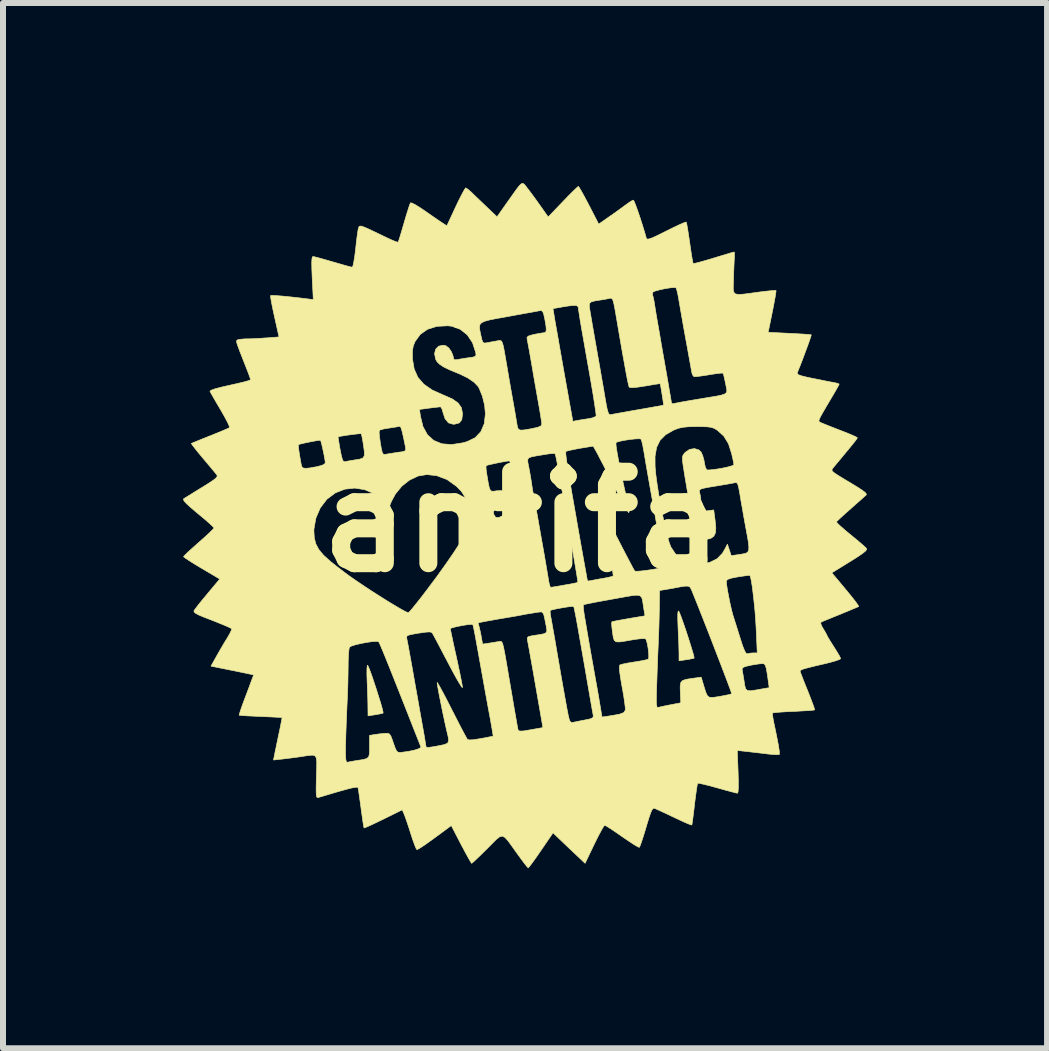
<source format=kicad_pcb>
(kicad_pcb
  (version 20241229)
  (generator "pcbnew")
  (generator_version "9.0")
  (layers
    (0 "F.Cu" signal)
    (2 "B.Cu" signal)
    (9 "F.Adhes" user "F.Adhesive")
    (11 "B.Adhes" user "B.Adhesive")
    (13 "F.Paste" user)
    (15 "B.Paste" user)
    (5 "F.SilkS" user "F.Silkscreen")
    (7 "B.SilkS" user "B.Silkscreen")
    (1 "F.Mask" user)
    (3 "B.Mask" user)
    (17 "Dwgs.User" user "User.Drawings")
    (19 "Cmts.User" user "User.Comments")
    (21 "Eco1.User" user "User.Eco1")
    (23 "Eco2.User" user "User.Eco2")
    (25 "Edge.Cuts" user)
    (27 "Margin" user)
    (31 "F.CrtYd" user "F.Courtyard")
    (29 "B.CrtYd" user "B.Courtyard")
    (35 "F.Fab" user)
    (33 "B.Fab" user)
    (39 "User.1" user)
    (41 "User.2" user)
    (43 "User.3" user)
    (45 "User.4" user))
  (footprint "antifa"
    (layer "F.Cu")
    (at 5.646 5.643)
    (property "Reference" "antifa" (at 0 0 0) (layer "F.SilkS") (effects (font (size 1.524 1.524) (thickness 0.3))))
    (attr through_hole)
    (fp_poly (pts (xy -2.56 2.411) (xy -2.535 2.473) (xy -2.502 2.563) (xy -2.465 2.673) (xy -2.425 2.793) (xy -2.388 2.912) (xy -2.354 3.02) (xy -2.329 3.109) (xy -2.315 3.167) (xy -2.314 3.186) (xy -2.343 3.195) (xy -2.405 3.207) (xy -2.445 3.214) (xy -2.565 3.232) (xy -2.567 3.057) (xy -2.569 2.95) (xy -2.574 2.815) (xy -2.579 2.678) (xy -2.581 2.635) (xy -2.584 2.53) (xy -2.583 2.447) (xy -2.578 2.398) (xy -2.573 2.388) (xy -2.56 2.411)) (stroke (width 0.01) (type solid)) (fill yes) (layer "F.SilkS"))
    (fp_poly (pts (xy 2.625 1.517) (xy 2.651 1.584) (xy 2.685 1.679) (xy 2.724 1.791) (xy 2.763 1.91) (xy 2.8 2.027) (xy 2.832 2.131) (xy 2.856 2.212) (xy 2.867 2.261) (xy 2.867 2.271) (xy 2.838 2.279) (xy 2.777 2.291) (xy 2.737 2.297) (xy 2.616 2.315) (xy 2.616 2.192) (xy 2.614 2.117) (xy 2.611 2.007) (xy 2.605 1.878) (xy 2.6 1.765) (xy 2.595 1.624) (xy 2.595 1.531) (xy 2.602 1.487) (xy 2.61 1.486) (xy 2.625 1.517)) (stroke (width 0.01) (type solid)) (fill yes) (layer "F.SilkS"))
    (fp_poly (pts (xy 0.038 -5.623) (xy 0.064 -5.592) (xy 0.082 -5.568) (xy 0.131 -5.504) (xy 0.198 -5.414) (xy 0.27 -5.314) (xy 0.297 -5.276) (xy 0.436 -5.079) (xy 0.68 -5.333) (xy 0.769 -5.426) (xy 0.846 -5.503) (xy 0.904 -5.559) (xy 0.935 -5.586) (xy 0.939 -5.588) (xy 0.955 -5.567) (xy 0.99 -5.508) (xy 1.038 -5.421) (xy 1.096 -5.312) (xy 1.116 -5.274) (xy 1.278 -4.96) (xy 1.445 -5.077) (xy 1.544 -5.146) (xy 1.642 -5.217) (xy 1.721 -5.275) (xy 1.723 -5.276) (xy 1.788 -5.323) (xy 1.837 -5.353) (xy 1.854 -5.359) (xy 1.869 -5.337) (xy 1.894 -5.274) (xy 1.928 -5.181) (xy 1.967 -5.066) (xy 2.008 -4.938) (xy 2.048 -4.807) (xy 2.072 -4.722) (xy 2.085 -4.71) (xy 2.115 -4.712) (xy 2.17 -4.731) (xy 2.255 -4.77) (xy 2.378 -4.831) (xy 2.404 -4.844) (xy 2.519 -4.901) (xy 2.618 -4.948) (xy 2.692 -4.98) (xy 2.731 -4.994) (xy 2.736 -4.994) (xy 2.744 -4.966) (xy 2.756 -4.897) (xy 2.772 -4.797) (xy 2.79 -4.676) (xy 2.794 -4.648) (xy 2.812 -4.524) (xy 2.828 -4.419) (xy 2.842 -4.343) (xy 2.85 -4.305) (xy 2.851 -4.303) (xy 2.878 -4.306) (xy 2.944 -4.322) (xy 3.041 -4.349) (xy 3.158 -4.383) (xy 3.193 -4.394) (xy 3.315 -4.431) (xy 3.418 -4.462) (xy 3.493 -4.485) (xy 3.532 -4.495) (xy 3.535 -4.496) (xy 3.54 -4.474) (xy 3.539 -4.42) (xy 3.539 -4.413) (xy 3.535 -4.353) (xy 3.531 -4.258) (xy 3.526 -4.141) (xy 3.524 -4.058) (xy 3.52 -3.95) (xy 3.519 -3.873) (xy 3.529 -3.823) (xy 3.557 -3.796) (xy 3.609 -3.787) (xy 3.692 -3.793) (xy 3.815 -3.809) (xy 3.922 -3.824) (xy 4.039 -3.839) (xy 4.137 -3.849) (xy 4.204 -3.855) (xy 4.232 -3.854) (xy 4.232 -3.854) (xy 4.23 -3.827) (xy 4.22 -3.76) (xy 4.202 -3.661) (xy 4.179 -3.541) (xy 4.171 -3.501) (xy 4.101 -3.157) (xy 4.456 -3.14) (xy 4.584 -3.133) (xy 4.693 -3.127) (xy 4.773 -3.121) (xy 4.815 -3.116) (xy 4.819 -3.115) (xy 4.813 -3.09) (xy 4.792 -3.028) (xy 4.761 -2.94) (xy 4.722 -2.835) (xy 4.681 -2.724) (xy 4.64 -2.618) (xy 4.603 -2.526) (xy 4.587 -2.486) (xy 4.586 -2.466) (xy 4.608 -2.449) (xy 4.66 -2.431) (xy 4.749 -2.409) (xy 4.831 -2.392) (xy 4.952 -2.368) (xy 5.064 -2.345) (xy 5.153 -2.328) (xy 5.188 -2.322) (xy 5.249 -2.309) (xy 5.282 -2.296) (xy 5.283 -2.293) (xy 5.271 -2.267) (xy 5.238 -2.208) (xy 5.191 -2.126) (xy 5.16 -2.074) (xy 5.077 -1.934) (xy 5.017 -1.831) (xy 4.977 -1.76) (xy 4.954 -1.713) (xy 4.946 -1.685) (xy 4.95 -1.67) (xy 4.962 -1.661) (xy 4.973 -1.655) (xy 5.013 -1.638) (xy 5.09 -1.607) (xy 5.191 -1.567) (xy 5.302 -1.524) (xy 5.413 -1.481) (xy 5.503 -1.443) (xy 5.564 -1.415) (xy 5.587 -1.4) (xy 5.587 -1.4) (xy 5.579 -1.385) (xy 5.553 -1.349) (xy 5.506 -1.29) (xy 5.435 -1.203) (xy 5.338 -1.086) (xy 5.212 -0.934) (xy 5.183 -0.9) (xy 5.167 -0.878) (xy 5.163 -0.858) (xy 5.178 -0.836) (xy 5.217 -0.805) (xy 5.286 -0.761) (xy 5.389 -0.698) (xy 5.451 -0.662) (xy 5.578 -0.585) (xy 5.665 -0.528) (xy 5.717 -0.489) (xy 5.737 -0.462) (xy 5.733 -0.447) (xy 5.703 -0.42) (xy 5.643 -0.366) (xy 5.562 -0.295) (xy 5.474 -0.216) (xy 5.384 -0.137) (xy 5.31 -0.069) (xy 5.259 -0.021) (xy 5.238 0.001) (xy 5.254 0.023) (xy 5.302 0.069) (xy 5.375 0.133) (xy 5.466 0.209) (xy 5.47 0.212) (xy 5.565 0.29) (xy 5.648 0.36) (xy 5.708 0.413) (xy 5.737 0.441) (xy 5.742 0.46) (xy 5.723 0.486) (xy 5.676 0.525) (xy 5.597 0.579) (xy 5.479 0.654) (xy 5.464 0.663) (xy 5.161 0.85) (xy 5.267 0.975) (xy 5.38 1.111) (xy 5.475 1.226) (xy 5.547 1.317) (xy 5.593 1.38) (xy 5.609 1.408) (xy 5.609 1.41) (xy 5.584 1.422) (xy 5.52 1.449) (xy 5.429 1.487) (xy 5.318 1.533) (xy 5.309 1.537) (xy 5.194 1.583) (xy 5.095 1.624) (xy 5.023 1.653) (xy 4.987 1.668) (xy 4.986 1.668) (xy 4.975 1.693) (xy 4.999 1.748) (xy 5.018 1.78) (xy 5.055 1.841) (xy 5.077 1.883) (xy 5.08 1.891) (xy 5.093 1.917) (xy 5.127 1.974) (xy 5.176 2.052) (xy 5.194 2.08) (xy 5.247 2.164) (xy 5.287 2.232) (xy 5.307 2.274) (xy 5.309 2.279) (xy 5.286 2.294) (xy 5.223 2.316) (xy 5.132 2.342) (xy 5.061 2.36) (xy 4.904 2.396) (xy 4.791 2.424) (xy 4.714 2.444) (xy 4.666 2.46) (xy 4.642 2.473) (xy 4.634 2.486) (xy 4.636 2.501) (xy 4.639 2.509) (xy 4.654 2.549) (xy 4.683 2.625) (xy 4.723 2.726) (xy 4.769 2.839) (xy 4.812 2.95) (xy 4.847 3.042) (xy 4.869 3.106) (xy 4.874 3.134) (xy 4.874 3.134) (xy 4.847 3.138) (xy 4.778 3.144) (xy 4.677 3.15) (xy 4.555 3.157) (xy 4.524 3.158) (xy 4.398 3.164) (xy 4.292 3.171) (xy 4.214 3.178) (xy 4.176 3.183) (xy 4.173 3.184) (xy 4.173 3.212) (xy 4.182 3.277) (xy 4.199 3.365) (xy 4.203 3.382) (xy 4.243 3.575) (xy 4.271 3.721) (xy 4.286 3.818) (xy 4.288 3.869) (xy 4.286 3.876) (xy 4.256 3.879) (xy 4.189 3.876) (xy 4.097 3.868) (xy 4.061 3.863) (xy 3.941 3.849) (xy 3.822 3.835) (xy 3.727 3.824) (xy 3.717 3.823) (xy 3.586 3.809) (xy 3.6 4.165) (xy 3.604 4.309) (xy 3.604 4.42) (xy 3.6 4.493) (xy 3.591 4.521) (xy 3.59 4.521) (xy 3.558 4.515) (xy 3.487 4.496) (xy 3.388 4.47) (xy 3.269 4.436) (xy 3.253 4.432) (xy 3.134 4.399) (xy 3.034 4.374) (xy 2.962 4.358) (xy 2.928 4.354) (xy 2.927 4.355) (xy 2.919 4.383) (xy 2.908 4.453) (xy 2.894 4.553) (xy 2.878 4.675) (xy 2.875 4.705) (xy 2.86 4.829) (xy 2.847 4.935) (xy 2.836 5.011) (xy 2.83 5.049) (xy 2.829 5.051) (xy 2.805 5.045) (xy 2.747 5.022) (xy 2.666 4.986) (xy 2.65 4.978) (xy 2.509 4.912) (xy 2.374 4.848) (xy 2.258 4.795) (xy 2.207 4.772) (xy 2.188 4.772) (xy 2.169 4.793) (xy 2.146 4.841) (xy 2.117 4.924) (xy 2.079 5.048) (xy 2.069 5.083) (xy 2.032 5.205) (xy 1.999 5.308) (xy 1.973 5.383) (xy 1.957 5.421) (xy 1.955 5.423) (xy 1.929 5.414) (xy 1.87 5.379) (xy 1.787 5.325) (xy 1.687 5.257) (xy 1.668 5.244) (xy 1.566 5.173) (xy 1.478 5.114) (xy 1.413 5.073) (xy 1.379 5.055) (xy 1.377 5.055) (xy 1.359 5.076) (xy 1.324 5.136) (xy 1.276 5.225) (xy 1.221 5.335) (xy 1.203 5.372) (xy 1.051 5.689) (xy 0.868 5.516) (xy 0.778 5.431) (xy 0.692 5.349) (xy 0.623 5.283) (xy 0.601 5.262) (xy 0.517 5.181) (xy 0.317 5.473) (xy 0.244 5.579) (xy 0.181 5.667) (xy 0.133 5.731) (xy 0.106 5.763) (xy 0.103 5.765) (xy 0.084 5.745) (xy 0.041 5.692) (xy -0.017 5.614) (xy -0.076 5.533) (xy -0.167 5.405) (xy -0.234 5.313) (xy -0.284 5.258) (xy -0.328 5.236) (xy -0.372 5.247) (xy -0.426 5.289) (xy -0.498 5.361) (xy -0.579 5.443) (xy -0.67 5.533) (xy -0.748 5.608) (xy -0.805 5.662) (xy -0.836 5.688) (xy -0.839 5.69) (xy -0.854 5.668) (xy -0.888 5.61) (xy -0.936 5.523) (xy -0.994 5.414) (xy -1.015 5.375) (xy -1.178 5.06) (xy -1.37 5.202) (xy -1.517 5.309) (xy -1.626 5.387) (xy -1.701 5.436) (xy -1.743 5.459) (xy -1.752 5.461) (xy -1.766 5.438) (xy -1.791 5.377) (xy -1.823 5.287) (xy -1.851 5.201) (xy -1.888 5.085) (xy -1.923 4.981) (xy -1.951 4.902) (xy -1.964 4.869) (xy -1.995 4.798) (xy -2.309 4.953) (xy -2.423 5.008) (xy -2.52 5.054) (xy -2.591 5.085) (xy -2.628 5.099) (xy -2.631 5.099) (xy -2.638 5.072) (xy -2.649 5.004) (xy -2.663 4.906) (xy -2.68 4.787) (xy -2.681 4.774) (xy -2.698 4.651) (xy -2.713 4.546) (xy -2.724 4.468) (xy -2.731 4.43) (xy -2.731 4.429) (xy -2.744 4.421) (xy -2.778 4.423) (xy -2.838 4.434) (xy -2.928 4.457) (xy -3.054 4.492) (xy -3.22 4.541) (xy -3.387 4.591) (xy -3.406 4.594) (xy -3.419 4.584) (xy -3.426 4.555) (xy -3.429 4.499) (xy -3.429 4.408) (xy -3.426 4.276) (xy -3.425 4.246) (xy -3.42 4.1) (xy -3.419 3.998) (xy -3.427 3.933) (xy -3.449 3.898) (xy -3.49 3.887) (xy -3.557 3.892) (xy -3.653 3.907) (xy -3.683 3.912) (xy -3.8 3.928) (xy -3.924 3.944) (xy -3.994 3.952) (xy -4.14 3.968) (xy -4.123 3.883) (xy -4.111 3.822) (xy -4.11 3.82) (xy -2.941 3.82) (xy -2.939 3.899) (xy -2.936 3.953) (xy -2.929 3.986) (xy -2.92 4.002) (xy -2.908 4.005) (xy -2.904 4.005) (xy -2.85 3.993) (xy -2.773 3.98) (xy -2.743 3.975) (xy -2.643 3.96) (xy -2.583 3.942) (xy -2.552 3.911) (xy -2.541 3.854) (xy -2.54 3.761) (xy -2.54 3.746) (xy -2.54 3.558) (xy -2.457 3.544) (xy -2.37 3.532) (xy -2.287 3.524) (xy -2.239 3.523) (xy -2.209 3.534) (xy -2.185 3.568) (xy -2.159 3.636) (xy -2.143 3.683) (xy -2.112 3.77) (xy -2.088 3.819) (xy -2.062 3.839) (xy -2.026 3.842) (xy -2.015 3.841) (xy -1.902 3.826) (xy -1.802 3.806) (xy -1.728 3.783) (xy -1.688 3.762) (xy -1.684 3.751) (xy -1.697 3.718) (xy -1.725 3.647) (xy -1.765 3.546) (xy -1.813 3.425) (xy -1.841 3.353) (xy -1.958 3.056) (xy -2.058 2.803) (xy -2.142 2.592) (xy -2.211 2.418) (xy -2.267 2.279) (xy -2.311 2.172) (xy -2.344 2.093) (xy -2.367 2.04) (xy -2.382 2.008) (xy -2.389 1.997) (xy -2.423 1.991) (xy -2.492 1.995) (xy -2.582 2.008) (xy -2.679 2.026) (xy -2.769 2.047) (xy -2.839 2.069) (xy -2.874 2.088) (xy -2.875 2.089) (xy -2.883 2.127) (xy -2.89 2.203) (xy -2.895 2.305) (xy -2.896 2.388) (xy -2.898 2.535) (xy -2.901 2.699) (xy -2.906 2.849) (xy -2.908 2.896) (xy -2.92 3.165) (xy -2.929 3.388) (xy -2.935 3.568) (xy -2.939 3.711) (xy -2.941 3.82) (xy -4.11 3.82) (xy -4.091 3.726) (xy -4.067 3.611) (xy -4.05 3.531) (xy -4.027 3.422) (xy -4.01 3.334) (xy -3.999 3.277) (xy -3.997 3.261) (xy -4.022 3.259) (xy -4.089 3.255) (xy -4.188 3.25) (xy -4.31 3.245) (xy -4.352 3.243) (xy -4.48 3.237) (xy -4.589 3.232) (xy -4.668 3.226) (xy -4.709 3.222) (xy -4.712 3.221) (xy -4.706 3.196) (xy -4.686 3.132) (xy -4.653 3.038) (xy -4.61 2.923) (xy -4.595 2.883) (xy -4.55 2.764) (xy -4.513 2.663) (xy -4.485 2.59) (xy -4.472 2.553) (xy -4.471 2.55) (xy -4.494 2.545) (xy -4.558 2.531) (xy -4.655 2.511) (xy -4.775 2.486) (xy -4.826 2.476) (xy -5.181 2.404) (xy -5.088 2.237) (xy -5.027 2.13) (xy -4.961 2.017) (xy -4.91 1.935) (xy -4.904 1.925) (xy -1.923 1.925) (xy -1.919 1.945) (xy -1.911 1.986) (xy -1.895 2.068) (xy -1.874 2.185) (xy -1.848 2.328) (xy -1.819 2.49) (xy -1.803 2.582) (xy -1.77 2.768) (xy -1.736 2.957) (xy -1.705 3.135) (xy -1.677 3.292) (xy -1.655 3.414) (xy -1.65 3.442) (xy -1.63 3.556) (xy -1.614 3.651) (xy -1.604 3.716) (xy -1.6 3.74) (xy -1.594 3.753) (xy -1.569 3.758) (xy -1.517 3.753) (xy -1.428 3.738) (xy -1.381 3.729) (xy -1.289 3.71) (xy -1.239 3.687) (xy -1.222 3.647) (xy -1.231 3.577) (xy -1.245 3.518) (xy -1.266 3.428) (xy -1.291 3.314) (xy -1.318 3.187) (xy -1.345 3.056) (xy -1.37 2.931) (xy -1.391 2.821) (xy -1.406 2.736) (xy -1.413 2.685) (xy -1.413 2.675) (xy -1.4 2.694) (xy -1.367 2.751) (xy -1.318 2.841) (xy -1.257 2.957) (xy -1.188 3.092) (xy -1.169 3.13) (xy -1.096 3.272) (xy -1.031 3.399) (xy -0.976 3.504) (xy -0.935 3.579) (xy -0.913 3.619) (xy -0.911 3.622) (xy -0.881 3.633) (xy -0.815 3.631) (xy -0.707 3.614) (xy -0.685 3.61) (xy -0.48 3.571) (xy -0.496 3.468) (xy -0.51 3.389) (xy -0.528 3.284) (xy -0.546 3.188) (xy -0.563 3.097) (xy -0.586 2.971) (xy -0.613 2.824) (xy -0.64 2.672) (xy -0.648 2.629) (xy -0.692 2.382) (xy -0.728 2.182) (xy -0.757 2.023) (xy -0.779 1.902) (xy -0.796 1.814) (xy -0.808 1.755) (xy -0.817 1.722) (xy -0.821 1.71) (xy -0.851 1.708) (xy -0.913 1.714) (xy -0.993 1.727) (xy -1.076 1.743) (xy -1.145 1.76) (xy -1.188 1.774) (xy -1.194 1.78) (xy -1.189 1.81) (xy -1.174 1.881) (xy -1.152 1.986) (xy -1.124 2.115) (xy -1.092 2.257) (xy -1.06 2.406) (xy -1.032 2.539) (xy -1.01 2.649) (xy -0.996 2.726) (xy -0.991 2.761) (xy -1.003 2.754) (xy -1.033 2.707) (xy -1.081 2.627) (xy -1.141 2.519) (xy -1.21 2.389) (xy -1.231 2.349) (xy -1.305 2.209) (xy -1.371 2.082) (xy -1.427 1.976) (xy -1.468 1.9) (xy -1.49 1.86) (xy -1.492 1.857) (xy -1.51 1.84) (xy -1.543 1.834) (xy -1.604 1.838) (xy -1.702 1.852) (xy -1.724 1.855) (xy -1.826 1.873) (xy -1.887 1.887) (xy -1.916 1.903) (xy -1.923 1.925) (xy -4.904 1.925) (xy -4.868 1.862) (xy -4.841 1.806) (xy -4.837 1.781) (xy -4.864 1.765) (xy -4.93 1.735) (xy -5.024 1.696) (xy -5.059 1.682) (xy -0.731 1.682) (xy -0.711 1.762) (xy -0.692 1.843) (xy -0.675 1.933) (xy -0.674 1.939) (xy -0.657 2.037) (xy -0.542 2.02) (xy -0.461 2.007) (xy -0.395 1.996) (xy -0.38 1.994) (xy -0.361 1.991) (xy -0.345 1.994) (xy -0.332 2.009) (xy -0.319 2.043) (xy -0.305 2.101) (xy -0.287 2.19) (xy -0.265 2.315) (xy -0.236 2.483) (xy -0.229 2.527) (xy -0.188 2.766) (xy -0.155 2.96) (xy -0.129 3.113) (xy -0.108 3.231) (xy -0.093 3.319) (xy -0.082 3.381) (xy -0.074 3.423) (xy -0.069 3.449) (xy -0.065 3.464) (xy -0.064 3.471) (xy -0.038 3.486) (xy 0.025 3.484) (xy 0.068 3.477) (xy 0.16 3.461) (xy 0.245 3.446) (xy 0.269 3.442) (xy 0.348 3.428) (xy 0.29 3.092) (xy 0.247 2.847) (xy 0.208 2.622) (xy 0.173 2.422) (xy 0.142 2.251) (xy 0.118 2.115) (xy 0.1 2.019) (xy 0.09 1.967) (xy 0.089 1.965) (xy 0.088 1.931) (xy 0.11 1.911) (xy 0.168 1.898) (xy 0.197 1.893) (xy 0.305 1.877) (xy 0.372 1.863) (xy 0.405 1.843) (xy 0.414 1.811) (xy 0.407 1.761) (xy 0.402 1.732) (xy 0.38 1.621) (xy 0.364 1.551) (xy 0.347 1.514) (xy 0.332 1.505) (xy 0.469 1.505) (xy 0.477 1.566) (xy 0.483 1.601) (xy 0.495 1.666) (xy 0.513 1.769) (xy 0.536 1.898) (xy 0.561 2.042) (xy 0.572 2.108) (xy 0.612 2.339) (xy 0.646 2.539) (xy 0.679 2.725) (xy 0.713 2.915) (xy 0.75 3.118) (xy 0.771 3.227) (xy 0.788 3.295) (xy 0.805 3.331) (xy 0.824 3.343) (xy 0.848 3.341) (xy 0.902 3.33) (xy 0.985 3.313) (xy 1.049 3.301) (xy 1.131 3.284) (xy 1.174 3.267) (xy 1.188 3.244) (xy 1.184 3.206) (xy 1.183 3.205) (xy 1.174 3.158) (xy 1.159 3.071) (xy 1.138 2.953) (xy 1.114 2.814) (xy 1.093 2.692) (xy 1.041 2.39) (xy 0.996 2.134) (xy 0.959 1.923) (xy 0.929 1.752) (xy 0.905 1.62) (xy 0.886 1.522) (xy 0.873 1.457) (xy 0.864 1.42) (xy 0.86 1.411) (xy 1.021 1.411) (xy 1.027 1.475) (xy 1.038 1.554) (xy 1.055 1.651) (xy 1.076 1.777) (xy 1.101 1.923) (xy 1.128 2.078) (xy 1.155 2.233) (xy 1.181 2.377) (xy 1.203 2.502) (xy 1.22 2.597) (xy 1.23 2.652) (xy 1.23 2.654) (xy 1.241 2.712) (xy 1.257 2.804) (xy 1.277 2.917) (xy 1.289 2.991) (xy 1.333 3.252) (xy 1.436 3.237) (xy 1.529 3.222) (xy 1.619 3.205) (xy 1.626 3.204) (xy 1.695 3.178) (xy 1.722 3.135) (xy 1.72 3.092) (xy 1.71 3.01) (xy 1.709 3.004) (xy 2.238 3.004) (xy 2.242 3.056) (xy 2.249 3.083) (xy 2.26 3.092) (xy 2.276 3.09) (xy 2.277 3.09) (xy 2.326 3.078) (xy 2.406 3.061) (xy 2.484 3.046) (xy 2.645 3.015) (xy 2.637 2.838) (xy 2.635 2.743) (xy 2.643 2.682) (xy 2.672 2.646) (xy 2.73 2.625) (xy 2.828 2.609) (xy 2.858 2.605) (xy 2.985 2.588) (xy 3.029 2.735) (xy 3.06 2.835) (xy 3.087 2.895) (xy 3.123 2.923) (xy 3.179 2.926) (xy 3.268 2.913) (xy 3.297 2.908) (xy 3.388 2.891) (xy 3.457 2.876) (xy 3.492 2.866) (xy 3.493 2.865) (xy 3.486 2.841) (xy 3.463 2.776) (xy 3.426 2.676) (xy 3.377 2.547) (xy 3.341 2.452) (xy 3.667 2.452) (xy 3.669 2.474) (xy 3.68 2.534) (xy 3.693 2.614) (xy 3.696 2.629) (xy 3.71 2.724) (xy 3.726 2.782) (xy 3.755 2.81) (xy 3.806 2.815) (xy 3.89 2.803) (xy 3.956 2.791) (xy 4.118 2.763) (xy 4.105 2.67) (xy 4.087 2.542) (xy 4.072 2.455) (xy 4.058 2.402) (xy 4.043 2.374) (xy 4.023 2.364) (xy 4.001 2.362) (xy 3.946 2.367) (xy 3.862 2.38) (xy 3.802 2.391) (xy 3.721 2.41) (xy 3.679 2.428) (xy 3.667 2.452) (xy 3.341 2.452) (xy 3.32 2.397) (xy 3.256 2.231) (xy 3.188 2.055) (xy 3.119 1.877) (xy 3.05 1.701) (xy 2.985 1.536) (xy 2.926 1.386) (xy 2.874 1.258) (xy 2.834 1.158) (xy 2.819 1.124) (xy 2.8 1.089) (xy 2.77 1.072) (xy 2.718 1.071) (xy 2.633 1.084) (xy 2.598 1.091) (xy 2.502 1.109) (xy 2.409 1.125) (xy 2.384 1.129) (xy 2.292 1.144) (xy 2.288 1.442) (xy 2.285 1.588) (xy 2.281 1.743) (xy 2.276 1.883) (xy 2.273 1.956) (xy 2.269 2.054) (xy 2.263 2.19) (xy 2.257 2.349) (xy 2.251 2.518) (xy 2.247 2.638) (xy 2.241 2.802) (xy 2.238 2.922) (xy 2.238 3.004) (xy 1.709 3.004) (xy 1.694 2.9) (xy 1.672 2.773) (xy 1.666 2.743) (xy 1.64 2.591) (xy 1.625 2.484) (xy 1.622 2.417) (xy 1.629 2.386) (xy 1.632 2.384) (xy 1.669 2.372) (xy 1.743 2.356) (xy 1.839 2.34) (xy 1.87 2.335) (xy 1.969 2.319) (xy 2.05 2.303) (xy 2.098 2.291) (xy 2.104 2.289) (xy 2.112 2.258) (xy 2.111 2.195) (xy 2.102 2.115) (xy 2.089 2.036) (xy 2.072 1.974) (xy 2.059 1.949) (xy 2.028 1.945) (xy 1.959 1.949) (xy 1.866 1.961) (xy 1.827 1.968) (xy 1.702 1.99) (xy 1.619 2.001) (xy 1.567 1.998) (xy 1.538 1.976) (xy 1.522 1.933) (xy 1.511 1.864) (xy 1.508 1.84) (xy 1.497 1.755) (xy 1.493 1.692) (xy 1.497 1.665) (xy 1.526 1.658) (xy 1.595 1.644) (xy 1.692 1.627) (xy 1.78 1.611) (xy 2.049 1.566) (xy 2.027 1.437) (xy 2.015 1.355) (xy 2.005 1.295) (xy 1.99 1.254) (xy 1.963 1.23) (xy 1.917 1.222) (xy 1.845 1.228) (xy 1.741 1.245) (xy 1.596 1.271) (xy 1.508 1.287) (xy 1.359 1.314) (xy 1.228 1.338) (xy 1.123 1.359) (xy 1.052 1.374) (xy 1.023 1.382) (xy 1.023 1.382) (xy 1.021 1.411) (xy 0.86 1.411) (xy 0.86 1.41) (xy 0.832 1.409) (xy 0.769 1.416) (xy 0.688 1.429) (xy 0.602 1.444) (xy 0.527 1.46) (xy 0.479 1.473) (xy 0.47 1.477) (xy 0.469 1.505) (xy 0.332 1.505) (xy 0.323 1.501) (xy 0.285 1.503) (xy 0.238 1.51) (xy 0.154 1.524) (xy 0.084 1.535) (xy 0.068 1.538) (xy -0.012 1.553) (xy -0.119 1.573) (xy -0.233 1.592) (xy -0.331 1.609) (xy -0.356 1.613) (xy -0.433 1.626) (xy -0.531 1.644) (xy -0.588 1.654) (xy -0.731 1.682) (xy -5.059 1.682) (xy -5.139 1.65) (xy -5.167 1.639) (xy -5.297 1.589) (xy -5.385 1.552) (xy -5.438 1.524) (xy -5.462 1.502) (xy -5.465 1.483) (xy -5.462 1.477) (xy -5.437 1.442) (xy -5.387 1.377) (xy -5.318 1.292) (xy -5.238 1.196) (xy -5.237 1.194) (xy -5.035 0.953) (xy -5.336 0.775) (xy -5.446 0.709) (xy -5.537 0.652) (xy -5.604 0.608) (xy -5.636 0.584) (xy -5.638 0.581) (xy -5.62 0.559) (xy -5.571 0.51) (xy -5.497 0.443) (xy -5.406 0.362) (xy -5.385 0.343) (xy -5.291 0.26) (xy -5.213 0.188) (xy -5.176 0.152) (xy -3.467 0.152) (xy -3.46 0.269) (xy -3.434 0.369) (xy -3.385 0.461) (xy -3.307 0.555) (xy -3.193 0.658) (xy -3.086 0.743) (xy -3.052 0.769) (xy -2.994 0.814) (xy -2.959 0.841) (xy -2.872 0.905) (xy -2.761 0.982) (xy -2.635 1.067) (xy -2.5 1.156) (xy -2.363 1.243) (xy -2.232 1.326) (xy -2.112 1.398) (xy -2.012 1.457) (xy -1.938 1.497) (xy -1.897 1.514) (xy -1.892 1.514) (xy -1.87 1.493) (xy -1.822 1.437) (xy -1.754 1.353) (xy -1.672 1.249) (xy -1.585 1.135) (xy -1.422 0.917) (xy -1.275 0.712) (xy -1.147 0.527) (xy -1.041 0.365) (xy -0.961 0.233) (xy -0.909 0.134) (xy -0.909 0.133) (xy -0.862 -0.031) (xy -0.864 -0.197) (xy -0.914 -0.357) (xy -1.009 -0.506) (xy -1.089 -0.589) (xy -1.249 -0.704) (xy -1.421 -0.769) (xy -1.586 -0.787) (xy -1.73 -0.763) (xy -1.872 -0.696) (xy -2.002 -0.594) (xy -2.109 -0.463) (xy -2.173 -0.345) (xy -2.211 -0.253) (xy -2.31 -0.352) (xy -2.457 -0.465) (xy -2.618 -0.535) (xy -2.785 -0.562) (xy -2.951 -0.544) (xy -3.109 -0.482) (xy -3.249 -0.377) (xy -3.253 -0.373) (xy -3.361 -0.231) (xy -3.434 -0.062) (xy -3.466 0.119) (xy -3.467 0.152) (xy -5.176 0.152) (xy -5.157 0.134) (xy -5.132 0.105) (xy -5.131 0.102) (xy -5.149 0.08) (xy -5.2 0.032) (xy -5.276 -0.035) (xy -5.371 -0.114) (xy -5.401 -0.139) (xy -5.513 -0.234) (xy -5.588 -0.302) (xy -5.63 -0.348) (xy -5.641 -0.376) (xy -5.636 -0.384) (xy -5.601 -0.406) (xy -5.533 -0.448) (xy -5.442 -0.505) (xy -5.335 -0.571) (xy -5.327 -0.575) (xy -5.214 -0.646) (xy -5.138 -0.697) (xy -5.095 -0.732) (xy -5.078 -0.758) (xy -5.081 -0.778) (xy -5.085 -0.784) (xy -5.114 -0.819) (xy -5.167 -0.884) (xy -5.238 -0.968) (xy -5.317 -1.062) (xy -5.393 -1.153) (xy -5.454 -1.23) (xy -5.494 -1.283) (xy -5.495 -1.284) (xy -3.727 -1.284) (xy -3.726 -1.259) (xy -3.719 -1.199) (xy -3.707 -1.12) (xy -3.693 -1.037) (xy -3.68 -0.966) (xy -3.67 -0.922) (xy -3.669 -0.921) (xy -3.651 -0.899) (xy -3.61 -0.891) (xy -3.538 -0.897) (xy -3.488 -0.906) (xy -0.6 -0.906) (xy -0.594 -0.841) (xy -0.583 -0.773) (xy -0.563 -0.653) (xy -0.547 -0.575) (xy -0.53 -0.531) (xy -0.508 -0.511) (xy -0.475 -0.509) (xy -0.426 -0.516) (xy -0.42 -0.517) (xy -0.341 -0.52) (xy -0.301 -0.497) (xy -0.293 -0.439) (xy -0.3 -0.388) (xy -0.327 -0.326) (xy -0.377 -0.26) (xy -0.433 -0.211) (xy -0.455 -0.2) (xy -0.475 -0.169) (xy -0.47 -0.124) (xy -0.44 -0.076) (xy -0.385 -0.072) (xy -0.306 -0.111) (xy -0.222 -0.178) (xy -0.163 -0.232) (xy -0.131 -0.277) (xy -0.118 -0.329) (xy -0.115 -0.409) (xy -0.115 -0.435) (xy -0.119 -0.536) (xy -0.13 -0.649) (xy -0.146 -0.764) (xy -0.164 -0.868) (xy -0.184 -0.952) (xy -0.203 -1.004) (xy -0.215 -1.015) (xy -0.261 -1.009) (xy -0.334 -0.996) (xy -0.42 -0.979) (xy -0.503 -0.961) (xy -0.567 -0.946) (xy -0.597 -0.936) (xy -0.597 -0.935) (xy -0.6 -0.906) (xy -3.488 -0.906) (xy -3.425 -0.917) (xy -3.421 -0.918) (xy -3.332 -0.941) (xy -3.287 -0.965) (xy -3.277 -0.988) (xy -3.283 -1.034) (xy -3.296 -1.107) (xy -3.314 -1.192) (xy -3.332 -1.273) (xy -3.348 -1.334) (xy -3.357 -1.359) (xy -3.383 -1.358) (xy -3.444 -1.348) (xy -3.523 -1.333) (xy -3.606 -1.316) (xy -3.677 -1.3) (xy -3.721 -1.287) (xy -3.727 -1.284) (xy -5.495 -1.284) (xy -5.508 -1.306) (xy -5.508 -1.306) (xy -5.482 -1.317) (xy -5.419 -1.343) (xy -5.326 -1.381) (xy -5.24 -1.415) (xy -3.063 -1.415) (xy -3.061 -1.389) (xy -3.051 -1.326) (xy -3.036 -1.236) (xy -3.029 -1.199) (xy -3.008 -1.095) (xy -2.99 -1.033) (xy -2.972 -1.004) (xy -2.95 -1.001) (xy -2.95 -1.001) (xy -2.9 -1.012) (xy -2.824 -1.025) (xy -2.792 -1.03) (xy -2.729 -1.04) (xy 0.096 -1.04) (xy 0.096 -0.999) (xy 0.108 -0.935) (xy 0.116 -0.896) (xy 0.136 -0.787) (xy 0.154 -0.679) (xy 0.164 -0.61) (xy 0.176 -0.531) (xy 0.188 -0.471) (xy 0.191 -0.457) (xy 0.198 -0.424) (xy 0.212 -0.349) (xy 0.231 -0.239) (xy 0.256 -0.103) (xy 0.283 0.052) (xy 0.312 0.217) (xy 0.342 0.386) (xy 0.371 0.55) (xy 0.397 0.701) (xy 0.419 0.832) (xy 0.436 0.935) (xy 0.444 0.984) (xy 0.458 1.05) (xy 0.473 1.088) (xy 0.478 1.092) (xy 0.51 1.087) (xy 0.578 1.076) (xy 0.671 1.06) (xy 0.709 1.053) (xy 0.807 1.036) (xy 0.882 1.021) (xy 0.924 1.011) (xy 0.929 1.009) (xy 0.928 0.993) (xy 3.404 0.993) (xy 3.409 1.049) (xy 3.423 1.139) (xy 3.444 1.249) (xy 3.467 1.364) (xy 3.491 1.469) (xy 3.512 1.549) (xy 3.516 1.562) (xy 3.537 1.629) (xy 3.569 1.729) (xy 3.606 1.847) (xy 3.634 1.937) (xy 3.675 2.065) (xy 3.708 2.147) (xy 3.733 2.19) (xy 3.754 2.198) (xy 3.806 2.187) (xy 3.854 2.184) (xy 3.919 2.184) (xy 3.901 1.784) (xy 3.893 1.646) (xy 3.882 1.496) (xy 3.867 1.346) (xy 3.851 1.203) (xy 3.835 1.076) (xy 3.819 0.976) (xy 3.804 0.912) (xy 3.796 0.893) (xy 3.77 0.893) (xy 3.706 0.901) (xy 3.617 0.914) (xy 3.596 0.917) (xy 3.494 0.937) (xy 3.434 0.956) (xy 3.408 0.977) (xy 3.404 0.993) (xy 0.928 0.993) (xy 0.928 0.986) (xy 0.918 0.919) (xy 0.9 0.809) (xy 0.874 0.653) (xy 0.839 0.452) (xy 0.796 0.203) (xy 0.743 -0.094) (xy 0.71 -0.279) (xy 0.679 -0.455) (xy 0.649 -0.621) (xy 0.623 -0.769) (xy 0.602 -0.889) (xy 0.587 -0.973) (xy 0.582 -1) (xy 0.567 -1.074) (xy 0.554 -1.125) (xy 0.548 -1.137) (xy 0.519 -1.139) (xy 0.453 -1.133) (xy 0.366 -1.12) (xy 0.363 -1.119) (xy 0.241 -1.099) (xy 0.16 -1.083) (xy 0.115 -1.066) (xy 0.096 -1.04) (xy -2.729 -1.04) (xy -2.703 -1.044) (xy -2.65 -1.064) (xy -2.627 -1.101) (xy -2.626 -1.166) (xy -2.64 -1.27) (xy -2.64 -1.272) (xy -2.655 -1.363) (xy -2.669 -1.433) (xy -2.678 -1.467) (xy -2.679 -1.468) (xy -2.705 -1.468) (xy -2.767 -1.462) (xy -2.848 -1.452) (xy -2.933 -1.44) (xy -3.007 -1.428) (xy -3.054 -1.419) (xy -3.063 -1.415) (xy -5.24 -1.415) (xy -5.213 -1.426) (xy -5.194 -1.433) (xy -5.078 -1.48) (xy -5.062 -1.486) (xy -2.38 -1.486) (xy -2.374 -1.416) (xy -2.361 -1.324) (xy -2.359 -1.306) (xy -2.341 -1.209) (xy -2.327 -1.153) (xy -2.31 -1.127) (xy -2.285 -1.123) (xy -2.259 -1.127) (xy -2.194 -1.138) (xy -2.105 -1.152) (xy -2.077 -1.155) (xy 0.728 -1.155) (xy 0.731 -1.115) (xy 0.739 -1.047) (xy 0.753 -0.95) (xy 0.774 -0.82) (xy 0.801 -0.654) (xy 0.836 -0.45) (xy 0.879 -0.206) (xy 0.929 0.082) (xy 0.988 0.416) (xy 1.016 0.572) (xy 1.04 0.708) (xy 1.062 0.826) (xy 1.078 0.917) (xy 1.088 0.972) (xy 1.09 0.985) (xy 1.113 0.985) (xy 1.149 0.979) (xy 1.205 0.968) (xy 1.29 0.952) (xy 1.357 0.941) (xy 1.438 0.925) (xy 1.497 0.911) (xy 1.518 0.904) (xy 1.517 0.876) (xy 1.508 0.81) (xy 1.491 0.716) (xy 1.477 0.643) (xy 1.429 0.416) (xy 1.386 0.214) (xy 1.349 0.042) (xy 1.319 -0.094) (xy 1.296 -0.189) (xy 1.281 -0.24) (xy 1.281 -0.241) (xy 1.271 -0.276) (xy 1.287 -0.268) (xy 1.302 -0.254) (xy 1.324 -0.221) (xy 1.366 -0.15) (xy 1.422 -0.047) (xy 1.49 0.08) (xy 1.565 0.223) (xy 1.6 0.292) (xy 1.676 0.44) (xy 1.745 0.572) (xy 1.803 0.683) (xy 1.847 0.766) (xy 1.874 0.813) (xy 1.879 0.821) (xy 1.909 0.824) (xy 1.975 0.82) (xy 2.063 0.81) (xy 2.159 0.796) (xy 2.249 0.781) (xy 2.319 0.765) (xy 2.355 0.752) (xy 2.356 0.752) (xy 2.356 0.724) (xy 2.348 0.656) (xy 2.334 0.558) (xy 2.314 0.439) (xy 2.312 0.427) (xy 2.251 0.088) (xy 2.199 -0.205) (xy 2.155 -0.453) (xy 2.118 -0.662) (xy 2.088 -0.833) (xy 2.064 -0.97) (xy 2.046 -1.077) (xy 2.044 -1.089) (xy 2.216 -1.089) (xy 2.217 -0.925) (xy 2.228 -0.796) (xy 2.249 -0.641) (xy 2.276 -0.467) (xy 2.309 -0.285) (xy 2.344 -0.104) (xy 2.38 0.066) (xy 2.416 0.215) (xy 2.449 0.335) (xy 2.478 0.415) (xy 2.481 0.421) (xy 2.572 0.557) (xy 2.691 0.651) (xy 2.831 0.702) (xy 2.987 0.708) (xy 3.132 0.674) (xy 3.252 0.614) (xy 3.338 0.525) (xy 3.377 0.459) (xy 3.422 0.372) (xy 3.454 0.468) (xy 3.485 0.564) (xy 3.6 0.547) (xy 3.673 0.536) (xy 3.726 0.525) (xy 3.76 0.505) (xy 3.777 0.47) (xy 3.779 0.413) (xy 3.769 0.326) (xy 3.747 0.201) (xy 3.723 0.072) (xy 3.696 -0.076) (xy 3.67 -0.227) (xy 3.646 -0.362) (xy 3.629 -0.465) (xy 3.611 -0.564) (xy 3.596 -0.622) (xy 3.579 -0.649) (xy 3.556 -0.653) (xy 3.544 -0.651) (xy 3.499 -0.642) (xy 3.416 -0.627) (xy 3.308 -0.609) (xy 3.218 -0.594) (xy 3.097 -0.574) (xy 3.019 -0.558) (xy 2.975 -0.544) (xy 2.956 -0.527) (xy 2.955 -0.506) (xy 2.957 -0.497) (xy 2.969 -0.442) (xy 2.981 -0.36) (xy 2.988 -0.308) (xy 3.005 -0.172) (xy 3.099 -0.185) (xy 3.194 -0.198) (xy 3.217 -0.024) (xy 3.229 0.101) (xy 3.222 0.186) (xy 3.194 0.242) (xy 3.142 0.277) (xy 3.132 0.281) (xy 3.036 0.296) (xy 2.955 0.268) (xy 2.911 0.222) (xy 2.895 0.179) (xy 2.874 0.093) (xy 2.847 -0.029) (xy 2.816 -0.18) (xy 2.783 -0.354) (xy 2.749 -0.543) (xy 2.716 -0.74) (xy 2.687 -0.922) (xy 2.674 -1.015) (xy 2.672 -1.073) (xy 2.683 -1.112) (xy 2.709 -1.146) (xy 2.719 -1.157) (xy 2.792 -1.207) (xy 2.874 -1.22) (xy 2.947 -1.197) (xy 2.983 -1.163) (xy 3.01 -1.104) (xy 3.033 -1.02) (xy 3.038 -0.985) (xy 3.055 -0.905) (xy 3.078 -0.868) (xy 3.096 -0.863) (xy 3.166 -0.868) (xy 3.255 -0.88) (xy 3.349 -0.896) (xy 3.435 -0.915) (xy 3.5 -0.934) (xy 3.53 -0.949) (xy 3.53 -0.951) (xy 3.525 -0.988) (xy 3.51 -1.059) (xy 3.492 -1.137) (xy 3.439 -1.302) (xy 3.362 -1.428) (xy 3.257 -1.523) (xy 3.253 -1.526) (xy 3.206 -1.555) (xy 3.157 -1.573) (xy 3.094 -1.582) (xy 3.004 -1.586) (xy 2.908 -1.587) (xy 2.777 -1.584) (xy 2.682 -1.575) (xy 2.605 -1.558) (xy 2.532 -1.53) (xy 2.527 -1.528) (xy 2.394 -1.452) (xy 2.3 -1.358) (xy 2.242 -1.239) (xy 2.216 -1.089) (xy 2.044 -1.089) (xy 2.033 -1.156) (xy 2.028 -1.181) (xy 2.012 -1.272) (xy 1.995 -1.343) (xy 1.982 -1.378) (xy 1.982 -1.379) (xy 1.95 -1.384) (xy 1.884 -1.381) (xy 1.799 -1.372) (xy 1.709 -1.358) (xy 1.63 -1.342) (xy 1.578 -1.327) (xy 1.567 -1.32) (xy 1.565 -1.29) (xy 1.574 -1.216) (xy 1.593 -1.105) (xy 1.62 -0.961) (xy 1.655 -0.791) (xy 1.696 -0.601) (xy 1.742 -0.397) (xy 1.762 -0.311) (xy 1.778 -0.23) (xy 1.784 -0.173) (xy 1.779 -0.152) (xy 1.762 -0.174) (xy 1.726 -0.234) (xy 1.675 -0.327) (xy 1.612 -0.445) (xy 1.541 -0.582) (xy 1.517 -0.629) (xy 1.442 -0.776) (xy 1.372 -0.913) (xy 1.311 -1.03) (xy 1.264 -1.121) (xy 1.234 -1.176) (xy 1.23 -1.183) (xy 1.186 -1.261) (xy 0.967 -1.225) (xy 0.867 -1.206) (xy 0.786 -1.189) (xy 0.738 -1.175) (xy 0.731 -1.171) (xy 0.728 -1.155) (xy -2.077 -1.155) (xy -2.06 -1.158) (xy -1.983 -1.169) (xy -1.946 -1.184) (xy -1.937 -1.21) (xy -1.943 -1.254) (xy -1.972 -1.395) (xy -1.994 -1.493) (xy -2.011 -1.554) (xy -2.026 -1.585) (xy -2.041 -1.592) (xy -2.045 -1.591) (xy -2.085 -1.582) (xy -2.158 -1.57) (xy -2.219 -1.561) (xy -2.3 -1.548) (xy -2.358 -1.532) (xy -2.377 -1.521) (xy -2.38 -1.486) (xy -5.062 -1.486) (xy -4.98 -1.521) (xy -4.908 -1.552) (xy -4.873 -1.569) (xy -4.872 -1.57) (xy -4.878 -1.597) (xy -4.906 -1.659) (xy -4.952 -1.746) (xy -5.011 -1.85) (xy -5.021 -1.867) (xy -5.085 -1.975) (xy -5.139 -2.068) (xy -5.178 -2.137) (xy -5.198 -2.173) (xy -5.198 -2.175) (xy -5.179 -2.192) (xy -5.113 -2.216) (xy -5.002 -2.245) (xy -4.866 -2.276) (xy -4.741 -2.304) (xy -4.637 -2.329) (xy -4.561 -2.35) (xy -4.524 -2.364) (xy -4.521 -2.367) (xy -4.53 -2.397) (xy -4.553 -2.462) (xy -4.587 -2.55) (xy -4.6 -2.583) (xy -4.66 -2.736) (xy -4.67 -2.761) (xy -1.826 -2.761) (xy -1.824 -2.709) (xy -1.796 -2.545) (xy -1.735 -2.408) (xy -1.636 -2.293) (xy -1.496 -2.196) (xy -1.309 -2.112) (xy -1.301 -2.109) (xy -1.16 -2.047) (xy -1.065 -1.98) (xy -1.01 -1.902) (xy -0.991 -1.807) (xy -0.991 -1.794) (xy -1.003 -1.702) (xy -1.044 -1.648) (xy -1.12 -1.627) (xy -1.15 -1.626) (xy -1.225 -1.649) (xy -1.282 -1.718) (xy -1.315 -1.817) (xy -1.333 -1.88) (xy -1.354 -1.914) (xy -1.36 -1.916) (xy -1.396 -1.912) (xy -1.467 -1.904) (xy -1.546 -1.894) (xy -1.708 -1.872) (xy -1.692 -1.759) (xy -1.649 -1.585) (xy -1.575 -1.45) (xy -1.469 -1.355) (xy -1.335 -1.3) (xy -1.173 -1.287) (xy -0.985 -1.316) (xy -0.912 -1.337) (xy -0.781 -1.401) (xy -0.686 -1.501) (xy -0.629 -1.634) (xy -0.61 -1.798) (xy -0.623 -1.944) (xy -0.66 -2.093) (xy -0.713 -2.223) (xy -0.733 -2.257) (xy -0.798 -2.325) (xy -0.901 -2.396) (xy -1.032 -2.46) (xy -1.059 -2.471) (xy -1.202 -2.53) (xy -1.304 -2.579) (xy -1.372 -2.624) (xy -1.416 -2.668) (xy -1.438 -2.708) (xy -1.457 -2.8) (xy -1.438 -2.876) (xy -1.389 -2.926) (xy -1.315 -2.942) (xy -1.27 -2.934) (xy -1.22 -2.897) (xy -1.175 -2.832) (xy -1.147 -2.759) (xy -1.143 -2.729) (xy -1.129 -2.699) (xy -1.086 -2.701) (xy -1.028 -2.712) (xy -0.943 -2.726) (xy -0.893 -2.733) (xy -0.815 -2.744) (xy -0.776 -2.758) (xy -0.766 -2.783) (xy -0.772 -2.825) (xy -0.825 -2.985) (xy -0.912 -3.114) (xy -1.028 -3.207) (xy -1.13 -3.244) (xy -0.709 -3.244) (xy -0.702 -3.187) (xy -0.686 -3.112) (xy -0.686 -3.11) (xy -0.667 -3.03) (xy -0.65 -2.99) (xy -0.625 -2.978) (xy -0.588 -2.982) (xy -0.516 -2.996) (xy -0.431 -3.011) (xy -0.427 -3.012) (xy -0.393 -3.019) (xy -0.367 -3.022) (xy -0.347 -3.015) (xy -0.331 -2.992) (xy -0.316 -2.946) (xy -0.3 -2.873) (xy -0.281 -2.764) (xy -0.255 -2.615) (xy -0.24 -2.527) (xy -0.214 -2.373) (xy -0.187 -2.218) (xy -0.162 -2.076) (xy -0.142 -1.965) (xy -0.138 -1.943) (xy -0.118 -1.83) (xy -0.1 -1.722) (xy -0.086 -1.639) (xy -0.085 -1.632) (xy -0.075 -1.576) (xy -0.059 -1.542) (xy -0.027 -1.528) (xy 0.032 -1.53) (xy 0.127 -1.546) (xy 0.169 -1.554) (xy 0.264 -1.575) (xy 0.315 -1.598) (xy 0.33 -1.624) (xy 0.326 -1.664) (xy 0.314 -1.742) (xy 0.297 -1.847) (xy 0.278 -1.956) (xy 0.253 -2.097) (xy 0.223 -2.266) (xy 0.192 -2.444) (xy 0.164 -2.609) (xy 0.163 -2.616) (xy 0.139 -2.751) (xy 0.118 -2.872) (xy 0.1 -2.968) (xy 0.088 -3.028) (xy 0.086 -3.039) (xy 0.083 -3.072) (xy 0.105 -3.094) (xy 0.16 -3.112) (xy 0.202 -3.122) (xy 0.284 -3.138) (xy 0.348 -3.148) (xy 0.37 -3.15) (xy 0.394 -3.159) (xy 0.404 -3.193) (xy 0.4 -3.259) (xy 0.382 -3.365) (xy 0.378 -3.385) (xy 0.36 -3.466) (xy 0.343 -3.506) (xy 0.318 -3.519) (xy 0.283 -3.515) (xy 0.237 -3.506) (xy 0.15 -3.49) (xy 0.032 -3.469) (xy -0.107 -3.444) (xy -0.241 -3.419) (xy -0.409 -3.389) (xy -0.533 -3.365) (xy -0.619 -3.342) (xy -0.673 -3.317) (xy -0.701 -3.286) (xy -0.709 -3.244) (xy -1.13 -3.244) (xy -1.167 -3.258) (xy -1.238 -3.266) (xy -1.419 -3.256) (xy -1.573 -3.208) (xy -1.694 -3.123) (xy -1.78 -3.005) (xy -1.782 -3.002) (xy -1.811 -2.929) (xy -1.825 -2.855) (xy -1.826 -2.761) (xy -4.67 -2.761) (xy -4.704 -2.848) (xy -4.733 -2.927) (xy -4.75 -2.978) (xy -4.755 -3.007) (xy -4.751 -3.023) (xy -4.741 -3.03) (xy -4.732 -3.034) (xy -4.685 -3.042) (xy -4.61 -3.048) (xy -4.576 -3.048) (xy -4.491 -3.05) (xy -4.379 -3.056) (xy -4.262 -3.064) (xy -4.253 -3.064) (xy -4.048 -3.08) (xy -4.124 -3.42) (xy -4.151 -3.544) (xy -4.152 -3.552) (xy 0.516 -3.552) (xy 0.536 -3.433) (xy 0.548 -3.357) (xy 0.569 -3.239) (xy 0.596 -3.087) (xy 0.627 -2.907) (xy 0.662 -2.709) (xy 0.699 -2.5) (xy 0.737 -2.288) (xy 0.774 -2.08) (xy 0.777 -2.063) (xy 0.847 -1.674) (xy 0.912 -1.687) (xy 0.978 -1.698) (xy 1.065 -1.712) (xy 1.101 -1.717) (xy 1.174 -1.732) (xy 1.224 -1.753) (xy 1.235 -1.764) (xy 1.233 -1.795) (xy 1.223 -1.87) (xy 1.206 -1.983) (xy 1.183 -2.129) (xy 1.154 -2.3) (xy 1.121 -2.491) (xy 1.093 -2.648) (xy 1.057 -2.852) (xy 1.024 -3.041) (xy 0.994 -3.21) (xy 0.97 -3.352) (xy 0.953 -3.461) (xy 0.942 -3.531) (xy 0.94 -3.554) (xy 0.934 -3.585) (xy 0.917 -3.597) (xy 1.121 -3.597) (xy 1.125 -3.56) (xy 1.134 -3.507) (xy 1.15 -3.413) (xy 1.171 -3.288) (xy 1.197 -3.14) (xy 1.225 -2.979) (xy 1.231 -2.946) (xy 1.263 -2.763) (xy 1.297 -2.57) (xy 1.329 -2.384) (xy 1.358 -2.22) (xy 1.378 -2.1) (xy 1.401 -1.968) (xy 1.419 -1.877) (xy 1.435 -1.822) (xy 1.45 -1.794) (xy 1.468 -1.785) (xy 1.485 -1.787) (xy 1.527 -1.795) (xy 1.609 -1.81) (xy 1.722 -1.83) (xy 1.855 -1.854) (xy 1.943 -1.869) (xy 2.08 -1.893) (xy 2.198 -1.914) (xy 2.289 -1.93) (xy 2.344 -1.941) (xy 2.357 -1.944) (xy 2.356 -1.969) (xy 2.348 -2.028) (xy 2.336 -2.105) (xy 2.323 -2.187) (xy 2.311 -2.256) (xy 2.302 -2.297) (xy 2.301 -2.302) (xy 2.277 -2.299) (xy 2.213 -2.29) (xy 2.121 -2.274) (xy 2.05 -2.262) (xy 1.917 -2.242) (xy 1.829 -2.235) (xy 1.787 -2.242) (xy 1.785 -2.244) (xy 1.776 -2.275) (xy 1.759 -2.35) (xy 1.736 -2.47) (xy 1.706 -2.635) (xy 1.668 -2.846) (xy 1.623 -3.106) (xy 1.571 -3.412) (xy 1.548 -3.544) (xy 1.53 -3.635) (xy 1.515 -3.69) (xy 1.5 -3.718) (xy 1.482 -3.726) (xy 1.46 -3.723) (xy 1.398 -3.71) (xy 1.318 -3.696) (xy 1.306 -3.695) (xy 1.208 -3.679) (xy 1.15 -3.662) (xy 1.125 -3.637) (xy 1.121 -3.597) (xy 0.917 -3.597) (xy 0.909 -3.602) (xy 0.859 -3.605) (xy 0.774 -3.596) (xy 0.673 -3.58) (xy 0.516 -3.552) (xy -4.152 -3.552) (xy -4.172 -3.649) (xy -4.185 -3.727) (xy -4.19 -3.766) (xy -4.189 -3.769) (xy -4.16 -3.772) (xy -4.089 -3.768) (xy -3.985 -3.76) (xy -3.856 -3.747) (xy -3.712 -3.731) (xy -3.614 -3.719) (xy -3.477 -3.702) (xy -3.481 -3.786) (xy 2.172 -3.786) (xy 2.175 -3.779) (xy 2.186 -3.743) (xy 2.2 -3.675) (xy 2.21 -3.612) (xy 2.22 -3.55) (xy 2.237 -3.445) (xy 2.261 -3.306) (xy 2.29 -3.141) (xy 2.321 -2.958) (xy 2.355 -2.764) (xy 2.36 -2.736) (xy 2.393 -2.549) (xy 2.423 -2.378) (xy 2.448 -2.23) (xy 2.469 -2.11) (xy 2.483 -2.026) (xy 2.489 -1.984) (xy 2.489 -1.981) (xy 2.508 -1.966) (xy 2.521 -1.969) (xy 2.556 -1.976) (xy 2.632 -1.991) (xy 2.739 -2.01) (xy 2.868 -2.032) (xy 2.946 -2.045) (xy 3.113 -2.073) (xy 3.236 -2.093) (xy 3.322 -2.111) (xy 3.375 -2.129) (xy 3.404 -2.151) (xy 3.413 -2.18) (xy 3.408 -2.219) (xy 3.397 -2.273) (xy 3.392 -2.3) (xy 3.374 -2.385) (xy 3.359 -2.449) (xy 3.349 -2.476) (xy 3.32 -2.478) (xy 3.253 -2.471) (xy 3.161 -2.457) (xy 3.114 -2.449) (xy 3.011 -2.433) (xy 2.927 -2.422) (xy 2.874 -2.418) (xy 2.864 -2.419) (xy 2.84 -2.449) (xy 2.828 -2.491) (xy 2.82 -2.535) (xy 2.805 -2.62) (xy 2.784 -2.736) (xy 2.759 -2.875) (xy 2.732 -3.023) (xy 2.702 -3.187) (xy 2.673 -3.351) (xy 2.647 -3.499) (xy 2.626 -3.621) (xy 2.614 -3.69) (xy 2.597 -3.785) (xy 2.58 -3.858) (xy 2.566 -3.898) (xy 2.563 -3.9) (xy 2.526 -3.904) (xy 2.456 -3.896) (xy 2.371 -3.882) (xy 2.286 -3.863) (xy 2.217 -3.844) (xy 2.181 -3.827) (xy 2.18 -3.825) (xy 2.172 -3.786) (xy -3.481 -3.786) (xy -3.495 -4.061) (xy -3.501 -4.212) (xy -3.503 -4.318) (xy -3.499 -4.384) (xy -3.49 -4.415) (xy -3.483 -4.42) (xy -3.448 -4.413) (xy -3.375 -4.394) (xy -3.275 -4.366) (xy -3.158 -4.332) (xy -3.153 -4.331) (xy -3.036 -4.297) (xy -2.936 -4.268) (xy -2.863 -4.249) (xy -2.829 -4.242) (xy -2.828 -4.242) (xy -2.816 -4.265) (xy -2.802 -4.33) (xy -2.786 -4.426) (xy -2.772 -4.543) (xy -2.771 -4.549) (xy -2.758 -4.672) (xy -2.744 -4.78) (xy -2.732 -4.86) (xy -2.722 -4.901) (xy -2.714 -4.918) (xy -2.701 -4.927) (xy -2.677 -4.926) (xy -2.635 -4.912) (xy -2.57 -4.885) (xy -2.475 -4.84) (xy -2.344 -4.777) (xy -2.25 -4.732) (xy -2.166 -4.693) (xy -2.101 -4.667) (xy -2.066 -4.658) (xy -2.064 -4.658) (xy -2.053 -4.686) (xy -2.032 -4.752) (xy -2.003 -4.849) (xy -1.969 -4.965) (xy -1.964 -4.983) (xy -1.929 -5.102) (xy -1.897 -5.204) (xy -1.873 -5.278) (xy -1.858 -5.314) (xy -1.857 -5.315) (xy -1.83 -5.309) (xy -1.771 -5.279) (xy -1.69 -5.228) (xy -1.611 -5.175) (xy -1.511 -5.105) (xy -1.42 -5.042) (xy -1.349 -4.994) (xy -1.318 -4.974) (xy -1.252 -4.931) (xy -1.105 -5.247) (xy -1.05 -5.362) (xy -1.001 -5.458) (xy -0.963 -5.527) (xy -0.941 -5.561) (xy -0.938 -5.563) (xy -0.909 -5.546) (xy -0.861 -5.506) (xy -0.846 -5.493) (xy -0.796 -5.444) (xy -0.721 -5.372) (xy -0.635 -5.29) (xy -0.595 -5.252) (xy -0.416 -5.081) (xy -0.242 -5.328) (xy -0.152 -5.455) (xy -0.087 -5.546) (xy -0.041 -5.604) (xy -0.009 -5.633) (xy 0.016 -5.638) (xy 0.038 -5.623)) (stroke (width 0.01) (type solid)) (fill yes) (layer "F.SilkS")))
  (gr_rect
    (start -3 -3)
    (end 14.393 14.413)
    (stroke (width 0.1) (type default))
    (fill no)
    (layer "Edge.Cuts")))
</source>
